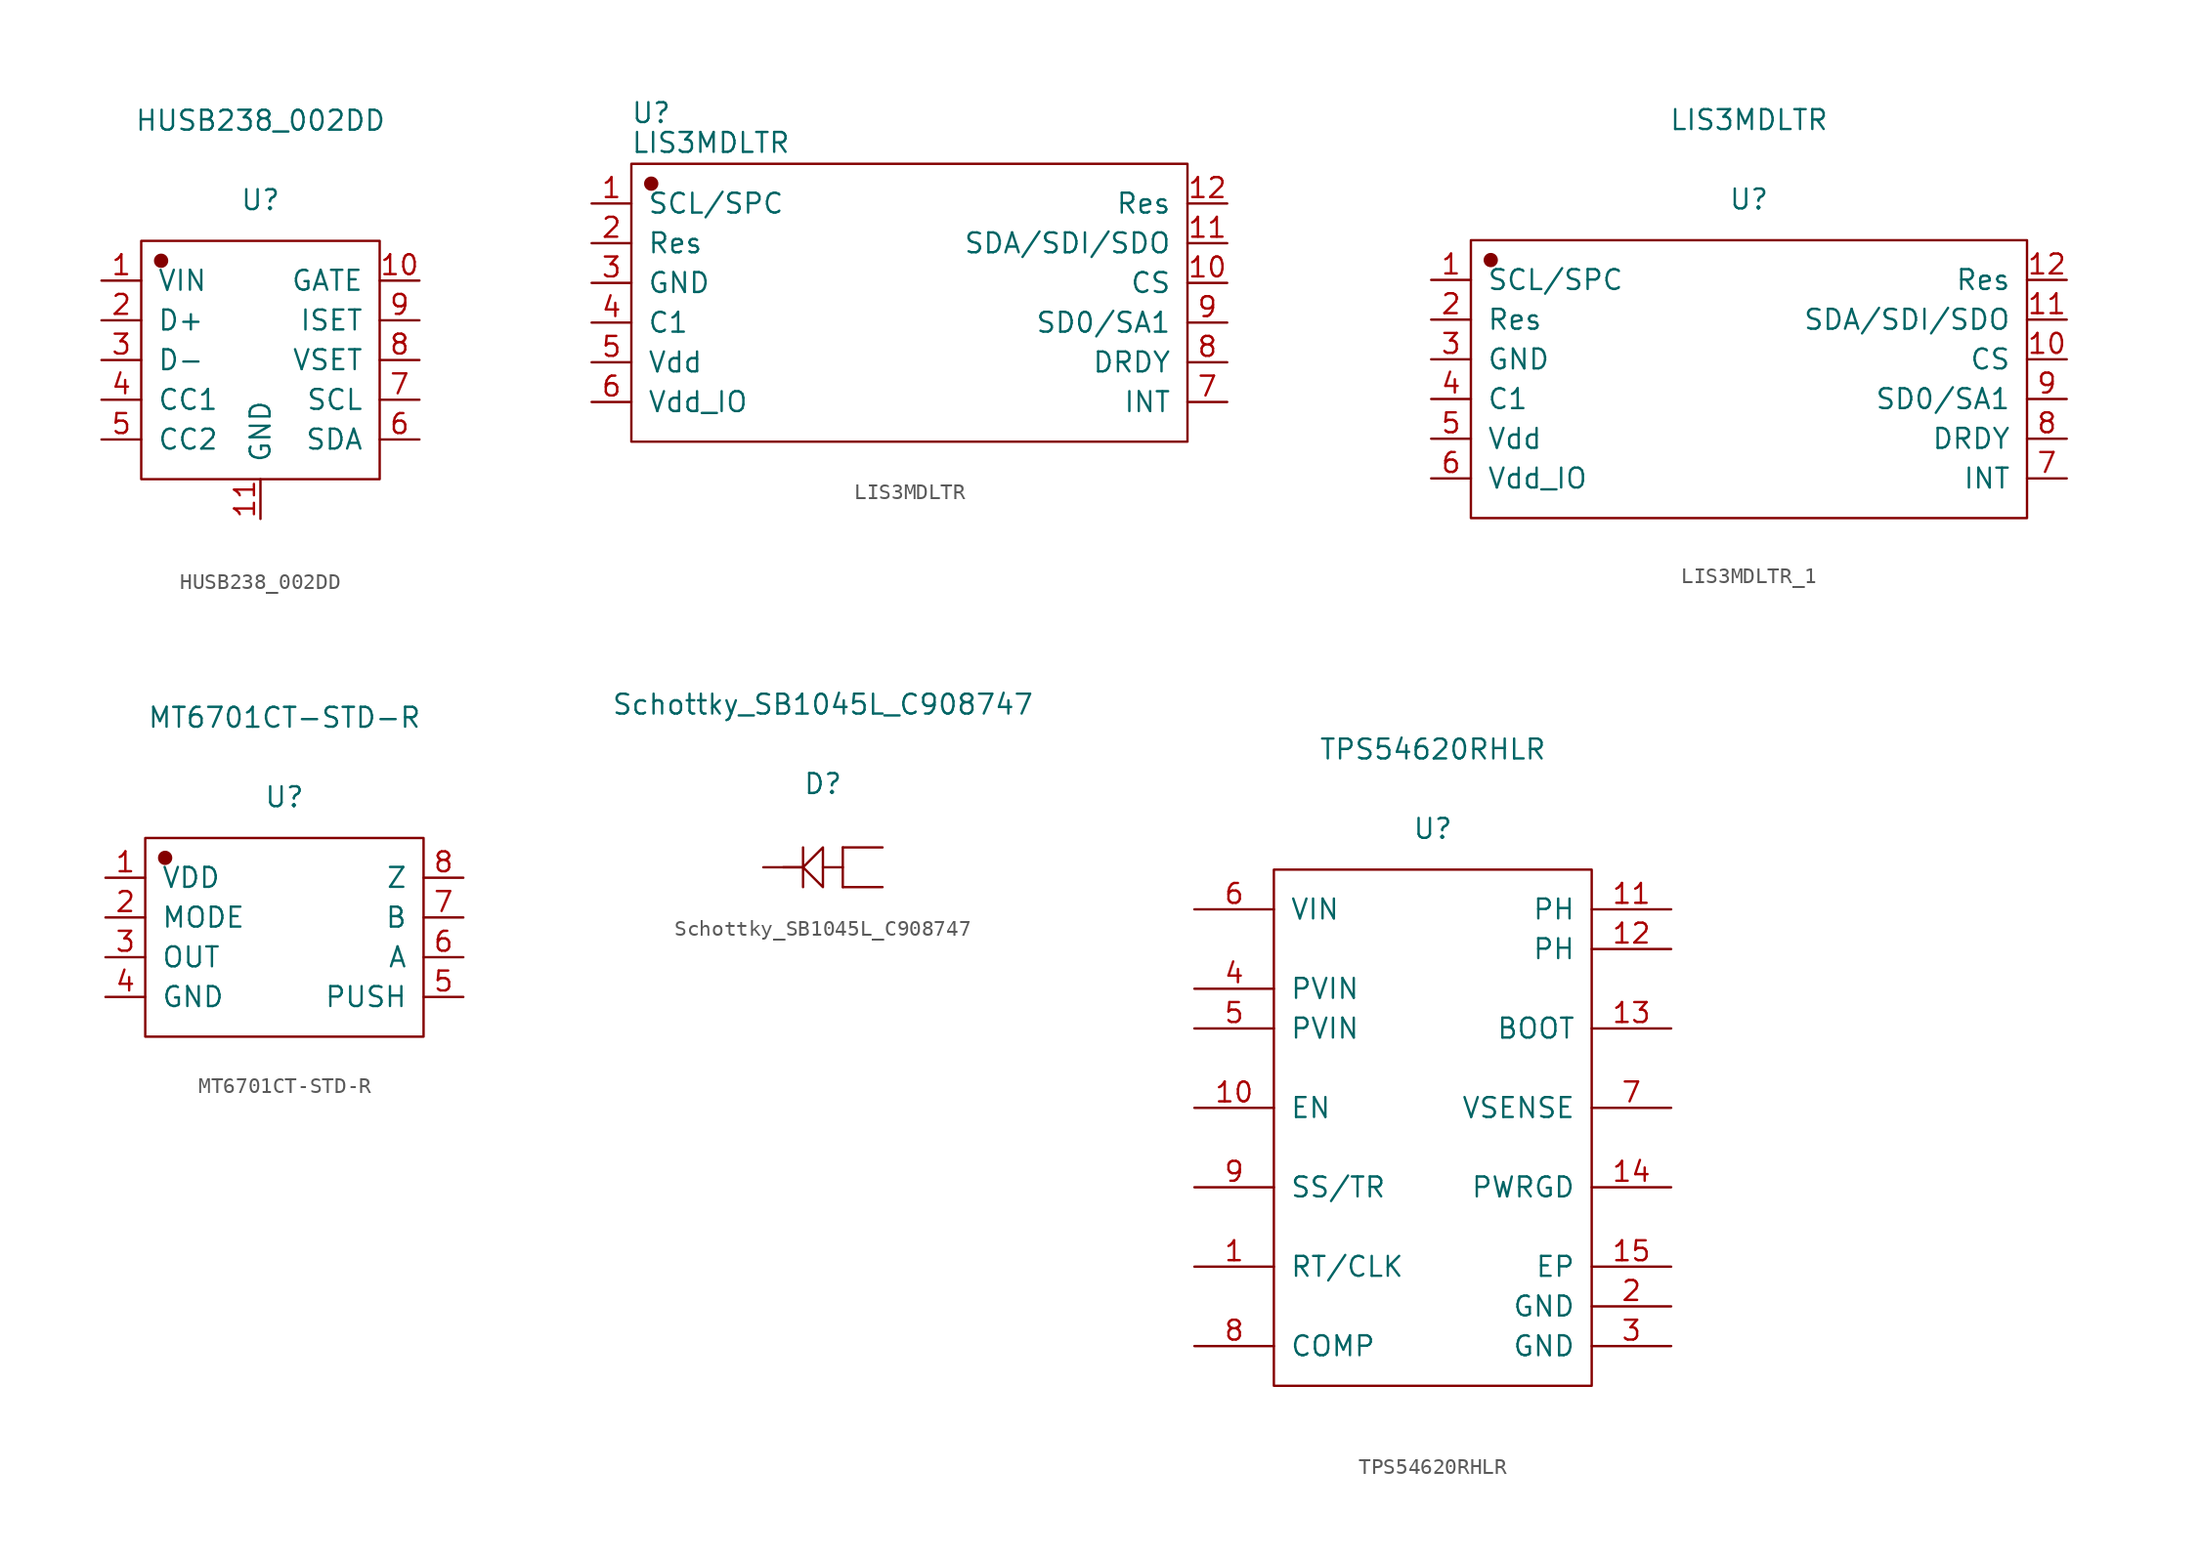
<source format=kicad_sym>
(kicad_symbol_lib
  (version 20231120)
  (generator "kicad_symbol_editor")
  (generator_version "8.0")
  (symbol "HUSB238_002DD"
    (pin_names
      (offset 1.016))
    (property "Reference" "U"
      (at 0 10.236 0)
      (effects (font (size 1.27 1.27))))
    (property "Value" "HUSB238_002DD"
      (at 0 15.316 0)
      (effects (font (size 1.27 1.27))))
    (symbol "HUSB238_002DD_1_1"
      (rectangle (start -7.62 7.62) (end 7.62 -7.62) (stroke (width 0.152) (type solid)) (fill (type none)))
      (circle (center -6.35 6.35) (radius 0.381) (stroke (width 0.152) (type solid)) (fill (type outline)))
      (pin input line (at -10.16 5.08 0) (length 2.54) (name "VIN" (effects (font (size 1.27 1.27)))) (number "1" (effects (font (size 1.27 1.27)))))
      (pin input line (at 10.16 5.08 180) (length 2.54) (name "GATE" (effects (font (size 1.27 1.27)))) (number "10" (effects (font (size 1.27 1.27)))))
      (pin input line (at 0 -10.16 90) (length 2.54) (name "GND" (effects (font (size 1.27 1.27)))) (number "11" (effects (font (size 1.27 1.27)))))
      (pin input line (at -10.16 2.54 0) (length 2.54) (name "D+" (effects (font (size 1.27 1.27)))) (number "2" (effects (font (size 1.27 1.27)))))
      (pin input line (at -10.16 0 0) (length 2.54) (name "D-" (effects (font (size 1.27 1.27)))) (number "3" (effects (font (size 1.27 1.27)))))
      (pin input line (at -10.16 -2.54 0) (length 2.54) (name "CC1" (effects (font (size 1.27 1.27)))) (number "4" (effects (font (size 1.27 1.27)))))
      (pin input line (at -10.16 -5.08 0) (length 2.54) (name "CC2" (effects (font (size 1.27 1.27)))) (number "5" (effects (font (size 1.27 1.27)))))
      (pin input line (at 10.16 -5.08 180) (length 2.54) (name "SDA" (effects (font (size 1.27 1.27)))) (number "6" (effects (font (size 1.27 1.27)))))
      (pin input line (at 10.16 -2.54 180) (length 2.54) (name "SCL" (effects (font (size 1.27 1.27)))) (number "7" (effects (font (size 1.27 1.27)))))
      (pin input line (at 10.16 0 180) (length 2.54) (name "VSET" (effects (font (size 1.27 1.27)))) (number "8" (effects (font (size 1.27 1.27)))))
      (pin input line (at 10.16 2.54 180) (length 2.54) (name "ISET" (effects (font (size 1.27 1.27)))) (number "9" (effects (font (size 1.27 1.27)))))))
  (symbol "LIS3MDLTR"
    (pin_names
      (offset 1.016))
    (property "Reference" "U"
      (at -16.51 12.141 0)
      (effects (font (size 1.27 1.27))))
    (property "Value" "LIS3MDLTR"
      (at -12.7 10.236 0)
      (effects (font (size 1.27 1.27))))
    (symbol "LIS3MDLTR_1_1"
      (rectangle (start -17.78 8.89) (end 17.78 -8.89) (stroke (width 0.152) (type solid)) (fill (type none)))
      (circle (center -16.51 7.62) (radius 0.381) (stroke (width 0.152) (type solid)) (fill (type outline)))
      (pin input line (at -20.32 6.35 0) (length 2.54) (name "SCL/SPC" (effects (font (size 1.27 1.27)))) (number "1" (effects (font (size 1.27 1.27)))))
      (pin input line (at 20.32 1.27 180) (length 2.54) (name "CS" (effects (font (size 1.27 1.27)))) (number "10" (effects (font (size 1.27 1.27)))))
      (pin input line (at 20.32 3.81 180) (length 2.54) (name "SDA/SDI/SDO" (effects (font (size 1.27 1.27)))) (number "11" (effects (font (size 1.27 1.27)))))
      (pin input line (at 20.32 6.35 180) (length 2.54) (name "Res" (effects (font (size 1.27 1.27)))) (number "12" (effects (font (size 1.27 1.27)))))
      (pin input line (at -20.32 3.81 0) (length 2.54) (name "Res" (effects (font (size 1.27 1.27)))) (number "2" (effects (font (size 1.27 1.27)))))
      (pin input line (at -20.32 1.27 0) (length 2.54) (name "GND" (effects (font (size 1.27 1.27)))) (number "3" (effects (font (size 1.27 1.27)))))
      (pin input line (at -20.32 -1.27 0) (length 2.54) (name "C1" (effects (font (size 1.27 1.27)))) (number "4" (effects (font (size 1.27 1.27)))))
      (pin input line (at -20.32 -3.81 0) (length 2.54) (name "Vdd" (effects (font (size 1.27 1.27)))) (number "5" (effects (font (size 1.27 1.27)))))
      (pin input line (at -20.32 -6.35 0) (length 2.54) (name "Vdd_IO" (effects (font (size 1.27 1.27)))) (number "6" (effects (font (size 1.27 1.27)))))
      (pin input line (at 20.32 -6.35 180) (length 2.54) (name "INT" (effects (font (size 1.27 1.27)))) (number "7" (effects (font (size 1.27 1.27)))))
      (pin input line (at 20.32 -3.81 180) (length 2.54) (name "DRDY" (effects (font (size 1.27 1.27)))) (number "8" (effects (font (size 1.27 1.27)))))
      (pin input line (at 20.32 -1.27 180) (length 2.54) (name "SD0/SA1" (effects (font (size 1.27 1.27)))) (number "9" (effects (font (size 1.27 1.27)))))))
  (symbol "LIS3MDLTR_1"
    (pin_names
      (offset 1.016))
    (property "Reference" "U"
      (at 0 11.506 0)
      (effects (font (size 1.27 1.27))))
    (property "Value" "LIS3MDLTR"
      (at 0 16.586 0)
      (effects (font (size 1.27 1.27))))
    (symbol "LIS3MDLTR_1_1_1"
      (rectangle (start -17.78 8.89) (end 17.78 -8.89) (stroke (width 0.152) (type solid)) (fill (type none)))
      (circle (center -16.51 7.62) (radius 0.381) (stroke (width 0.152) (type solid)) (fill (type outline)))
      (pin input line (at -20.32 6.35 0) (length 2.54) (name "SCL/SPC" (effects (font (size 1.27 1.27)))) (number "1" (effects (font (size 1.27 1.27)))))
      (pin input line (at 20.32 1.27 180) (length 2.54) (name "CS" (effects (font (size 1.27 1.27)))) (number "10" (effects (font (size 1.27 1.27)))))
      (pin input line (at 20.32 3.81 180) (length 2.54) (name "SDA/SDI/SDO" (effects (font (size 1.27 1.27)))) (number "11" (effects (font (size 1.27 1.27)))))
      (pin input line (at 20.32 6.35 180) (length 2.54) (name "Res" (effects (font (size 1.27 1.27)))) (number "12" (effects (font (size 1.27 1.27)))))
      (pin input line (at -20.32 3.81 0) (length 2.54) (name "Res" (effects (font (size 1.27 1.27)))) (number "2" (effects (font (size 1.27 1.27)))))
      (pin input line (at -20.32 1.27 0) (length 2.54) (name "GND" (effects (font (size 1.27 1.27)))) (number "3" (effects (font (size 1.27 1.27)))))
      (pin input line (at -20.32 -1.27 0) (length 2.54) (name "C1" (effects (font (size 1.27 1.27)))) (number "4" (effects (font (size 1.27 1.27)))))
      (pin input line (at -20.32 -3.81 0) (length 2.54) (name "Vdd" (effects (font (size 1.27 1.27)))) (number "5" (effects (font (size 1.27 1.27)))))
      (pin input line (at -20.32 -6.35 0) (length 2.54) (name "Vdd_IO" (effects (font (size 1.27 1.27)))) (number "6" (effects (font (size 1.27 1.27)))))
      (pin input line (at 20.32 -6.35 180) (length 2.54) (name "INT" (effects (font (size 1.27 1.27)))) (number "7" (effects (font (size 1.27 1.27)))))
      (pin input line (at 20.32 -3.81 180) (length 2.54) (name "DRDY" (effects (font (size 1.27 1.27)))) (number "8" (effects (font (size 1.27 1.27)))))
      (pin input line (at 20.32 -1.27 180) (length 2.54) (name "SD0/SA1" (effects (font (size 1.27 1.27)))) (number "9" (effects (font (size 1.27 1.27)))))))
  (symbol "MT6701CT-STD-R"
    (pin_names
      (offset 1.016))
    (property "Reference" "U"
      (at 0 8.966 0)
      (effects (font (size 1.27 1.27))))
    (property "Value" "MT6701CT-STD-R"
      (at 0 14.046 0)
      (effects (font (size 1.27 1.27))))
    (symbol "MT6701CT-STD-R_1_1"
      (rectangle (start -8.89 6.35) (end 8.89 -6.35) (stroke (width 0.152) (type solid)) (fill (type none)))
      (circle (center -7.62 5.08) (radius 0.381) (stroke (width 0.152) (type solid)) (fill (type outline)))
      (pin input line (at -11.43 3.81 0) (length 2.54) (name "VDD" (effects (font (size 1.27 1.27)))) (number "1" (effects (font (size 1.27 1.27)))))
      (pin input line (at -11.43 1.27 0) (length 2.54) (name "MODE" (effects (font (size 1.27 1.27)))) (number "2" (effects (font (size 1.27 1.27)))))
      (pin input line (at -11.43 -1.27 0) (length 2.54) (name "OUT" (effects (font (size 1.27 1.27)))) (number "3" (effects (font (size 1.27 1.27)))))
      (pin input line (at -11.43 -3.81 0) (length 2.54) (name "GND" (effects (font (size 1.27 1.27)))) (number "4" (effects (font (size 1.27 1.27)))))
      (pin input line (at 11.43 -3.81 180) (length 2.54) (name "PUSH" (effects (font (size 1.27 1.27)))) (number "5" (effects (font (size 1.27 1.27)))))
      (pin input line (at 11.43 -1.27 180) (length 2.54) (name "A" (effects (font (size 1.27 1.27)))) (number "6" (effects (font (size 1.27 1.27)))))
      (pin input line (at 11.43 1.27 180) (length 2.54) (name "B" (effects (font (size 1.27 1.27)))) (number "7" (effects (font (size 1.27 1.27)))))
      (pin input line (at 11.43 3.81 180) (length 2.54) (name "Z" (effects (font (size 1.27 1.27)))) (number "8" (effects (font (size 1.27 1.27)))))))
  (symbol "Schottky_SB1045L_C908747"
    (pin_numbers hide)
    (pin_names
      (offset 1.016) hide)
    (property "Reference" "D"
      (at 0 5.334 0)
      (effects (font (size 1.27 1.27))))
    (property "Value" "Schottky_SB1045L_C908747"
      (at 0 10.414 0)
      (effects (font (size 1.27 1.27))))
    (symbol "Schottky_SB1045L_C908747_1_1"
      (polyline (pts (xy -2.54 0) (xy -1.27 0)) (stroke (width 0.152) (type solid)) (fill (type none)))
      (polyline (pts (xy -1.27 -1.27) (xy -1.27 1.27)) (stroke (width 0.152) (type solid)) (fill (type none)))
      (polyline (pts (xy 0 0) (xy 1.27 0)) (stroke (width 0.152) (type solid)) (fill (type none)))
      (polyline (pts (xy 1.27 -1.27) (xy 1.27 1.27)) (stroke (width 0.152) (type solid)) (fill (type none)))
      (polyline (pts (xy 0 -1.27) (xy -1.27 0) (xy 0 1.27) (xy 0 -1.27)) (stroke (width 0.152) (type solid)) (fill (type none)))
      (pin input line (at 3.81 1.27 180) (length 2.54) (name "A" (effects (font (size 1.27 1.27)))) (number "1" (effects (font (size 1.27 1.27)))))
      (pin input line (at -3.81 0 0) (length 2.54) (name "K" (effects (font (size 1.27 1.27)))) (number "2" (effects (font (size 1.27 1.27)))))
      (pin input line (at 3.81 -1.27 180) (length 2.54) (name "A" (effects (font (size 1.27 1.27)))) (number "3" (effects (font (size 1.27 1.27)))))))
  (symbol "TPS54620RHLR"
    (pin_names
      (offset 1.016))
    (property "Reference" "U"
      (at 0 20.396 0)
      (effects (font (size 1.27 1.27))))
    (property "Value" "TPS54620RHLR"
      (at 0 25.476 0)
      (effects (font (size 1.27 1.27))))
    (symbol "TPS54620RHLR_1_1"
      (rectangle (start -10.16 17.78) (end 10.16 -15.24) (stroke (width 0.152) (type solid)) (fill (type none)))
      (pin input line (at -15.24 -7.62 0) (length 5.08) (name "RT/CLK" (effects (font (size 1.27 1.27)))) (number "1" (effects (font (size 1.27 1.27)))))
      (pin input line (at -15.24 2.54 0) (length 5.08) (name "EN" (effects (font (size 1.27 1.27)))) (number "10" (effects (font (size 1.27 1.27)))))
      (pin power_in line (at 15.24 15.24 180) (length 5.08) (name "PH" (effects (font (size 1.27 1.27)))) (number "11" (effects (font (size 1.27 1.27)))))
      (pin power_in line (at 15.24 12.7 180) (length 5.08) (name "PH" (effects (font (size 1.27 1.27)))) (number "12" (effects (font (size 1.27 1.27)))))
      (pin input line (at 15.24 7.62 180) (length 5.08) (name "BOOT" (effects (font (size 1.27 1.27)))) (number "13" (effects (font (size 1.27 1.27)))))
      (pin input line (at 15.24 -2.54 180) (length 5.08) (name "PWRGD" (effects (font (size 1.27 1.27)))) (number "14" (effects (font (size 1.27 1.27)))))
      (pin power_in line (at 15.24 -7.62 180) (length 5.08) (name "EP" (effects (font (size 1.27 1.27)))) (number "15" (effects (font (size 1.27 1.27)))))
      (pin power_in line (at 15.24 -10.16 180) (length 5.08) (name "GND" (effects (font (size 1.27 1.27)))) (number "2" (effects (font (size 1.27 1.27)))))
      (pin power_in line (at 15.24 -12.7 180) (length 5.08) (name "GND" (effects (font (size 1.27 1.27)))) (number "3" (effects (font (size 1.27 1.27)))))
      (pin power_in line (at -15.24 10.16 0) (length 5.08) (name "PVIN" (effects (font (size 1.27 1.27)))) (number "4" (effects (font (size 1.27 1.27)))))
      (pin power_in line (at -15.24 7.62 0) (length 5.08) (name "PVIN" (effects (font (size 1.27 1.27)))) (number "5" (effects (font (size 1.27 1.27)))))
      (pin power_in line (at -15.24 15.24 0) (length 5.08) (name "VIN" (effects (font (size 1.27 1.27)))) (number "6" (effects (font (size 1.27 1.27)))))
      (pin input line (at 15.24 2.54 180) (length 5.08) (name "VSENSE" (effects (font (size 1.27 1.27)))) (number "7" (effects (font (size 1.27 1.27)))))
      (pin input line (at -15.24 -12.7 0) (length 5.08) (name "COMP" (effects (font (size 1.27 1.27)))) (number "8" (effects (font (size 1.27 1.27)))))
      (pin input line (at -15.24 -2.54 0) (length 5.08) (name "SS/TR" (effects (font (size 1.27 1.27)))) (number "9" (effects (font (size 1.27 1.27))))))))
</source>
